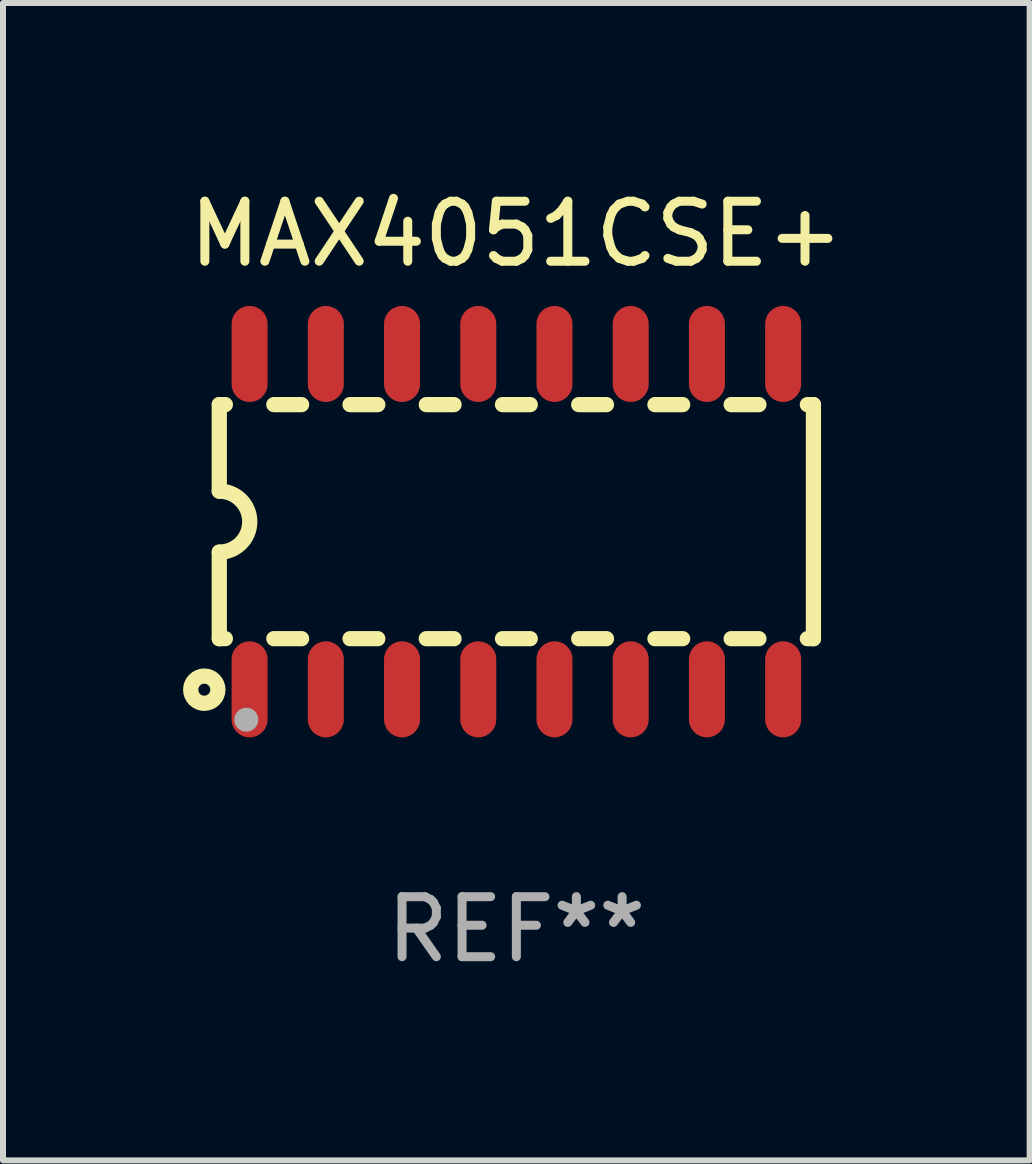
<source format=kicad_pcb>
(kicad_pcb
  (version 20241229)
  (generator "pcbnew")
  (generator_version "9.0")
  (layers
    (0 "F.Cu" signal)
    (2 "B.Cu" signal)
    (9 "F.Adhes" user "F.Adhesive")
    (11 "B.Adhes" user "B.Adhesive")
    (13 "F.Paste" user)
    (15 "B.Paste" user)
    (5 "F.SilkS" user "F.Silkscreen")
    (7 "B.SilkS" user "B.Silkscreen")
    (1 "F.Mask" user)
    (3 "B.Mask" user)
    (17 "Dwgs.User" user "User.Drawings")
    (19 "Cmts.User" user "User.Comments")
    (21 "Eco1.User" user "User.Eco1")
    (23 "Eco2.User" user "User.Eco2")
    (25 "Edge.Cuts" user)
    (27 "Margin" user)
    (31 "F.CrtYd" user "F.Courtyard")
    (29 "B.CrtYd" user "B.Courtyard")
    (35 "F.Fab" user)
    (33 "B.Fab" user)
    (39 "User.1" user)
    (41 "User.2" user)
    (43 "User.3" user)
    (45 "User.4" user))
  (footprint "MAX4051CSE+"
    (layer "F.Cu")
    (at 5.554 5.642)
    (property "Reference" "MAX4051CSE+" (at 0 -4.794 0) (layer "F.SilkS") (effects (font (size 1 1) (thickness 0.15))))
    (attr through_hole)
    (fp_line (start -4.95 -1.95) (end -4.95 -0.508) (stroke (width 0.254) (type solid)) (layer "F.SilkS"))
    (fp_line (start -4.95 -1.95) (end -4.849 -1.95) (stroke (width 0.254) (type solid)) (layer "F.SilkS"))
    (fp_line (start -4.95 1.95) (end -4.95 0.508) (stroke (width 0.254) (type solid)) (layer "F.SilkS"))
    (fp_line (start -4.95 1.95) (end -4.849 1.95) (stroke (width 0.254) (type solid)) (layer "F.SilkS"))
    (fp_line (start -4.041 -1.95) (end -3.579 -1.95) (stroke (width 0.254) (type solid)) (layer "F.SilkS"))
    (fp_line (start -4.041 1.95) (end -3.579 1.95) (stroke (width 0.254) (type solid)) (layer "F.SilkS"))
    (fp_line (start -2.771 -1.95) (end -2.309 -1.95) (stroke (width 0.254) (type solid)) (layer "F.SilkS"))
    (fp_line (start -2.771 1.95) (end -2.309 1.95) (stroke (width 0.254) (type solid)) (layer "F.SilkS"))
    (fp_line (start -1.501 -1.95) (end -1.039 -1.95) (stroke (width 0.254) (type solid)) (layer "F.SilkS"))
    (fp_line (start -1.501 1.95) (end -1.039 1.95) (stroke (width 0.254) (type solid)) (layer "F.SilkS"))
    (fp_line (start -0.231 -1.95) (end 0.231 -1.95) (stroke (width 0.254) (type solid)) (layer "F.SilkS"))
    (fp_line (start -0.231 1.95) (end 0.231 1.95) (stroke (width 0.254) (type solid)) (layer "F.SilkS"))
    (fp_line (start 1.039 -1.95) (end 1.501 -1.95) (stroke (width 0.254) (type solid)) (layer "F.SilkS"))
    (fp_line (start 1.039 1.95) (end 1.501 1.95) (stroke (width 0.254) (type solid)) (layer "F.SilkS"))
    (fp_line (start 2.309 -1.95) (end 2.771 -1.95) (stroke (width 0.254) (type solid)) (layer "F.SilkS"))
    (fp_line (start 2.309 1.95) (end 2.771 1.95) (stroke (width 0.254) (type solid)) (layer "F.SilkS"))
    (fp_line (start 3.579 -1.95) (end 4.041 -1.95) (stroke (width 0.254) (type solid)) (layer "F.SilkS"))
    (fp_line (start 3.579 1.95) (end 4.041 1.95) (stroke (width 0.254) (type solid)) (layer "F.SilkS"))
    (fp_line (start 4.849 -1.95) (end 4.95 -1.95) (stroke (width 0.254) (type solid)) (layer "F.SilkS"))
    (fp_line (start 4.849 1.95) (end 4.95 1.95) (stroke (width 0.254) (type solid)) (layer "F.SilkS"))
    (fp_line (start 4.95 -1.95) (end 4.95 1.95) (stroke (width 0.254) (type solid)) (layer "F.SilkS"))
    (fp_arc (start -4.95047 -0.508001) (mid -4.442469 -0.000228) (end -4.950013 0.508001) (stroke (width 0.254001) (type solid)) (layer "F.SilkS"))
    (fp_circle (center -5.2 2.8) (end -5.1 2.8) (stroke (width 0.254) (type solid)) (fill no) (layer "F.SilkS"))
    (fp_circle (center -4.95 2.947) (end -4.92 2.947) (stroke (width 0.06) (type solid)) (fill no) (layer "F.SilkS"))
    (fp_circle (center -4.5 3.3) (end -4.4 3.3) (stroke (width 0.2) (type solid)) (fill no) (layer "F.Fab"))
    (fp_text user "REF**" (at 0 6.794 0) (layer "F.Fab") (effects (font (size 1 1) (thickness 0.15))))
    (pad "1" smd oval (at -4.445 2.794) (size 0.6 1.6) (layers "F.Cu" "F.Mask" "F.Paste"))
    (pad "2" smd oval (at -3.175 2.794) (size 0.6 1.6) (layers "F.Cu" "F.Mask" "F.Paste"))
    (pad "3" smd oval (at -1.905 2.794) (size 0.6 1.6) (layers "F.Cu" "F.Mask" "F.Paste"))
    (pad "4" smd oval (at -0.635 2.794) (size 0.6 1.6) (layers "F.Cu" "F.Mask" "F.Paste"))
    (pad "5" smd oval (at 0.635 2.794) (size 0.6 1.6) (layers "F.Cu" "F.Mask" "F.Paste"))
    (pad "6" smd oval (at 1.905 2.794) (size 0.6 1.6) (layers "F.Cu" "F.Mask" "F.Paste"))
    (pad "7" smd oval (at 3.175 2.794) (size 0.6 1.6) (layers "F.Cu" "F.Mask" "F.Paste"))
    (pad "8" smd oval (at 4.445 2.794) (size 0.6 1.6) (layers "F.Cu" "F.Mask" "F.Paste"))
    (pad "9" smd oval (at 4.445 -2.794) (size 0.6 1.6) (layers "F.Cu" "F.Mask" "F.Paste"))
    (pad "10" smd oval (at 3.175 -2.794) (size 0.6 1.6) (layers "F.Cu" "F.Mask" "F.Paste"))
    (pad "11" smd oval (at 1.905 -2.794) (size 0.6 1.6) (layers "F.Cu" "F.Mask" "F.Paste"))
    (pad "12" smd oval (at 0.635 -2.794) (size 0.6 1.6) (layers "F.Cu" "F.Mask" "F.Paste"))
    (pad "13" smd oval (at -0.635 -2.794) (size 0.6 1.6) (layers "F.Cu" "F.Mask" "F.Paste"))
    (pad "14" smd oval (at -1.905 -2.794) (size 0.6 1.6) (layers "F.Cu" "F.Mask" "F.Paste"))
    (pad "15" smd oval (at -3.175 -2.794) (size 0.6 1.6) (layers "F.Cu" "F.Mask" "F.Paste"))
    (pad "16" smd oval (at -4.445 -2.794) (size 0.6 1.6) (layers "F.Cu" "F.Mask" "F.Paste")))
  (gr_rect
    (start -3 -3)
    (end 14.107 16.285)
    (stroke (width 0.1) (type default))
    (fill no)
    (layer "Edge.Cuts")))
</source>
